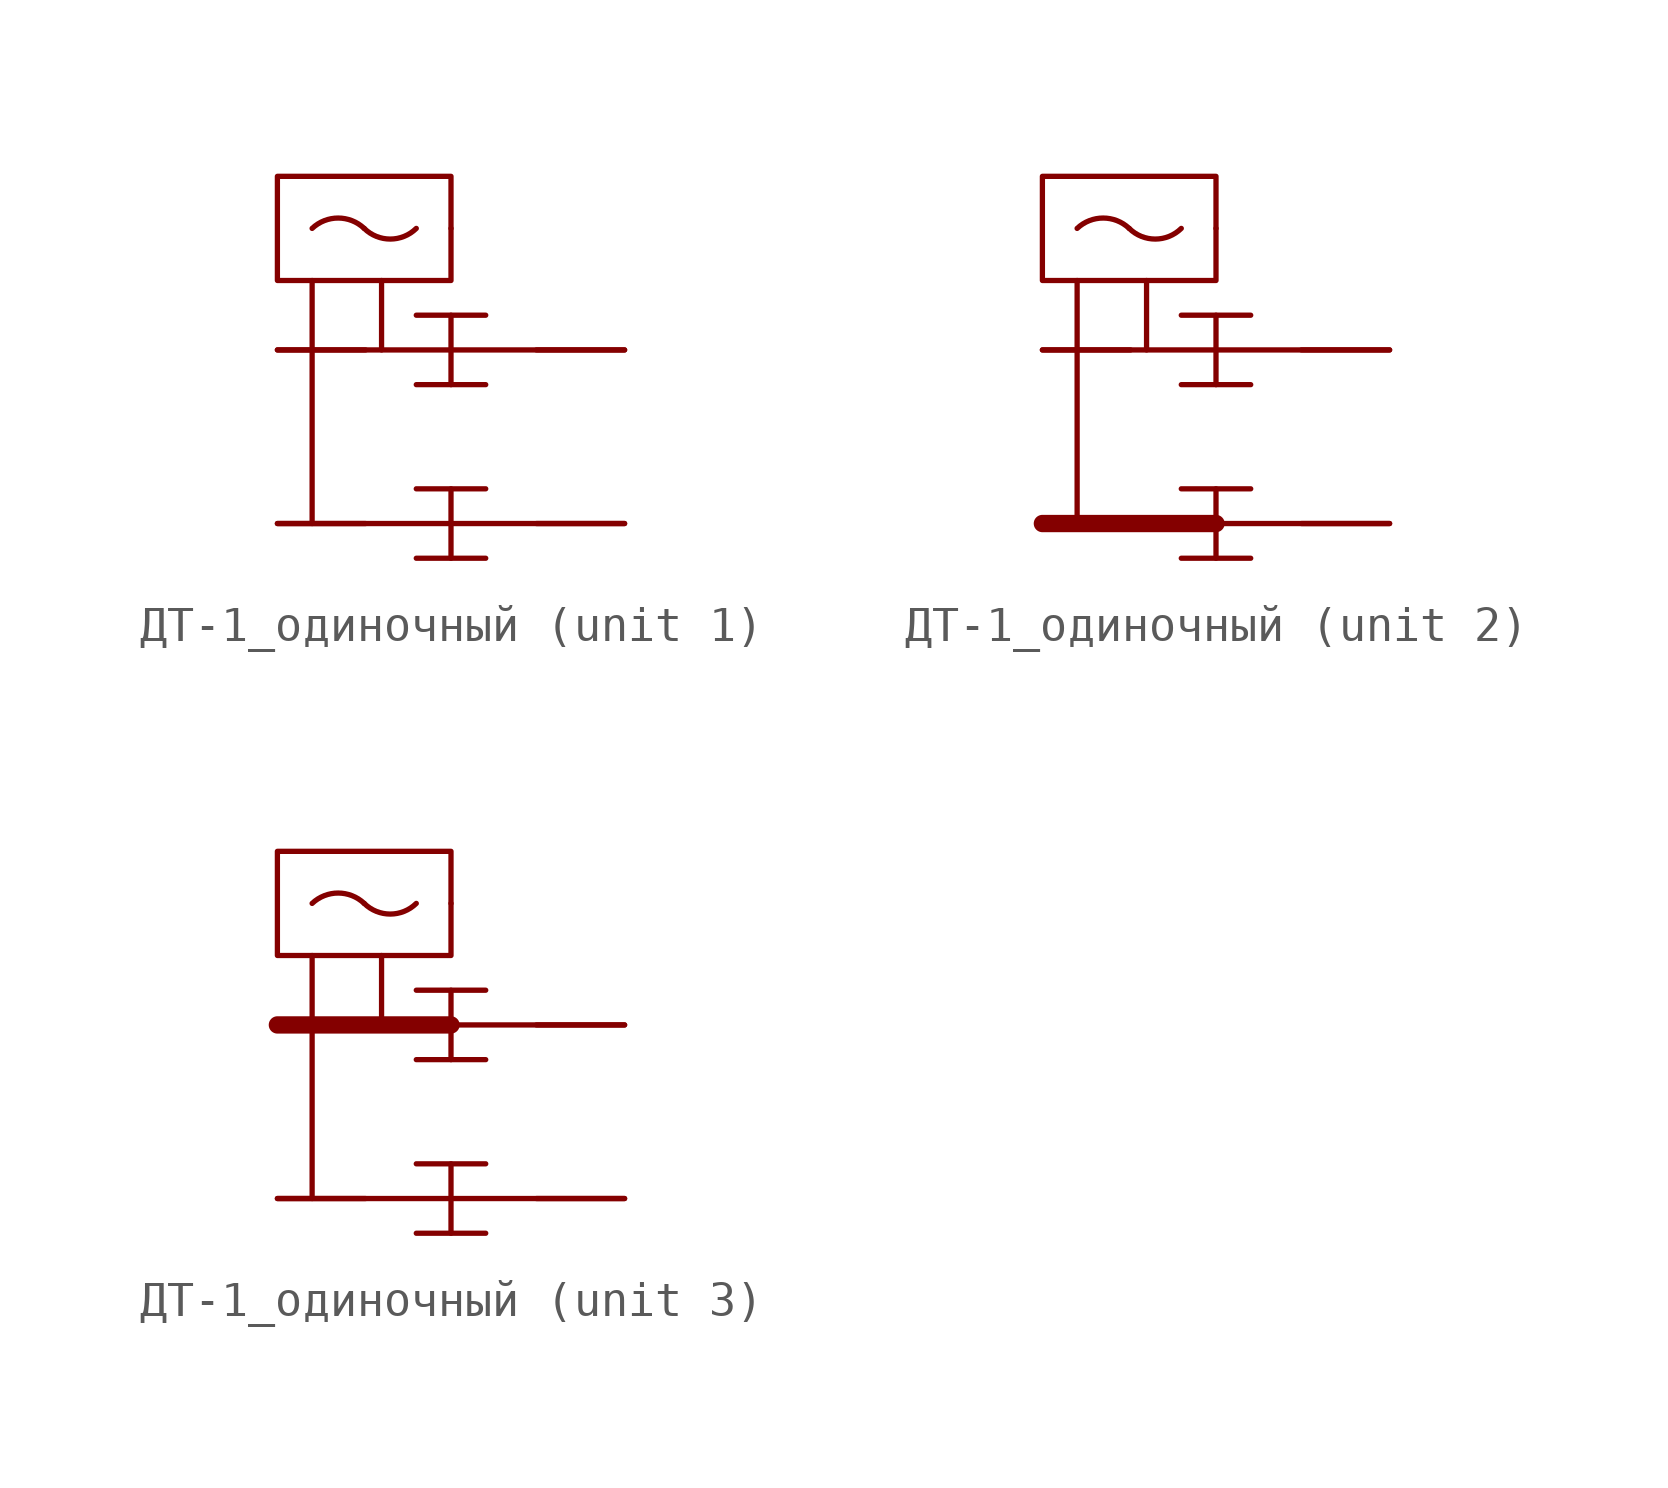
<source format=kicad_sym>
(kicad_symbol_lib
  (version 20231120)
  (generator "kicad_symbol_editor")
  (generator_version "8.0")
  (symbol "ДТ-1_одиночный"
    (pin_numbers hide)
    (pin_names
      (offset 0) hide)
    (property "Reference" "ДТ"
      (at 5 8 0)
      (do_not_autoplace)
      (effects (font (size 1.8 1.8)) (hide yes)))
    (property "Value" ""
      (at 5 -1 0)
      (effects (font (size 1.8 1.8))))
    (property "ki_locked" ""
      (at 0 0 0)
      (effects (font (size 1.27 1.27))))
    (symbol "ДТ-1_одиночный_0_1"
      (polyline (pts (xy 1 2) (xy 1 -5)) (stroke (width 0) (type default)) (fill (type none)))
      (polyline (pts (xy 3 2) (xy 3 0)) (stroke (width 0) (type default)) (fill (type none)))
      (polyline (pts (xy 4 -6) (xy 6 -6)) (stroke (width 0) (type default)) (fill (type none)))
      (polyline (pts (xy 4 -4) (xy 6 -4)) (stroke (width 0) (type default)) (fill (type none)))
      (polyline (pts (xy 4 -1) (xy 6 -1)) (stroke (width 0) (type default)) (fill (type none)))
      (polyline (pts (xy 4 1) (xy 6 1)) (stroke (width 0) (type default)) (fill (type none)))
      (polyline (pts (xy 5 -4) (xy 5 -6)) (stroke (width 0) (type default)) (fill (type none)))
      (polyline (pts (xy 5 1) (xy 5 -1)) (stroke (width 0) (type default)) (fill (type none)))
      (rectangle (start 0 5) (end 5 2) (stroke (width 0) (type default)) (fill (type none)))
      (arc (start 2.5 3.5) (mid 1.75 3.7983) (end 1 3.5) (stroke (width 0) (type default)) (fill (type none)))
      (arc (start 2.5 3.5) (mid 3.25 3.193) (end 4 3.5) (stroke (width 0) (type default)) (fill (type none)))
      (pin passive line (at 5 3.5 180) (length 0) (name "" (effects (font (size 1.8 1.8)))) (number "" (effects (font (size 1.8 1.8)))))
      (pin unspecified line (at 0 -5 0) (length 2.54) (name "П" (effects (font (size 1.8 1.8)))) (number "" (effects (font (size 1.8 1.8)))))
      (pin unspecified line (at 0 0 0) (length 2.54) (name "П" (effects (font (size 1.8 1.8)))) (number "" (effects (font (size 1.8 1.8)))))
      (pin unspecified line (at 10 -5 180) (length 2.54) (name "П" (effects (font (size 1.8 1.8)))) (number "" (effects (font (size 1.8 1.8)))))
      (pin unspecified line (at 10 0 180) (length 2.54) (name "П" (effects (font (size 1.8 1.8)))) (number "" (effects (font (size 1.8 1.8))))))
    (symbol "ДТ-1_одиночный_1_1"
      (polyline (pts (xy 0 -5) (xy 10 -5)) (stroke (width 0) (type default)) (fill (type none)))
      (polyline (pts (xy 0 0) (xy 10 0)) (stroke (width 0) (type default)) (fill (type none))))
    (symbol "ДТ-1_одиночный_2_1"
      (unit_name "Фаза 1")
      (polyline (pts (xy 0 -5) (xy 5 -5)) (stroke (width 0.5) (type default)) (fill (type none)))
      (polyline (pts (xy 0 0) (xy 10 0)) (stroke (width 0) (type default)) (fill (type none)))
      (polyline (pts (xy 5 -5) (xy 10 -5)) (stroke (width 0) (type default)) (fill (type none))))
    (symbol "ДТ-1_одиночный_3_1"
      (unit_name "Фаза 2")
      (polyline (pts (xy 0 -5) (xy 10 -5)) (stroke (width 0) (type default)) (fill (type none)))
      (polyline (pts (xy 0 0) (xy 5 0)) (stroke (width 0.5) (type default)) (fill (type color) (color 0 0 0 0)))
      (polyline (pts (xy 10 0) (xy 5 0)) (stroke (width 0) (type default)) (fill (type none))))))
</source>
